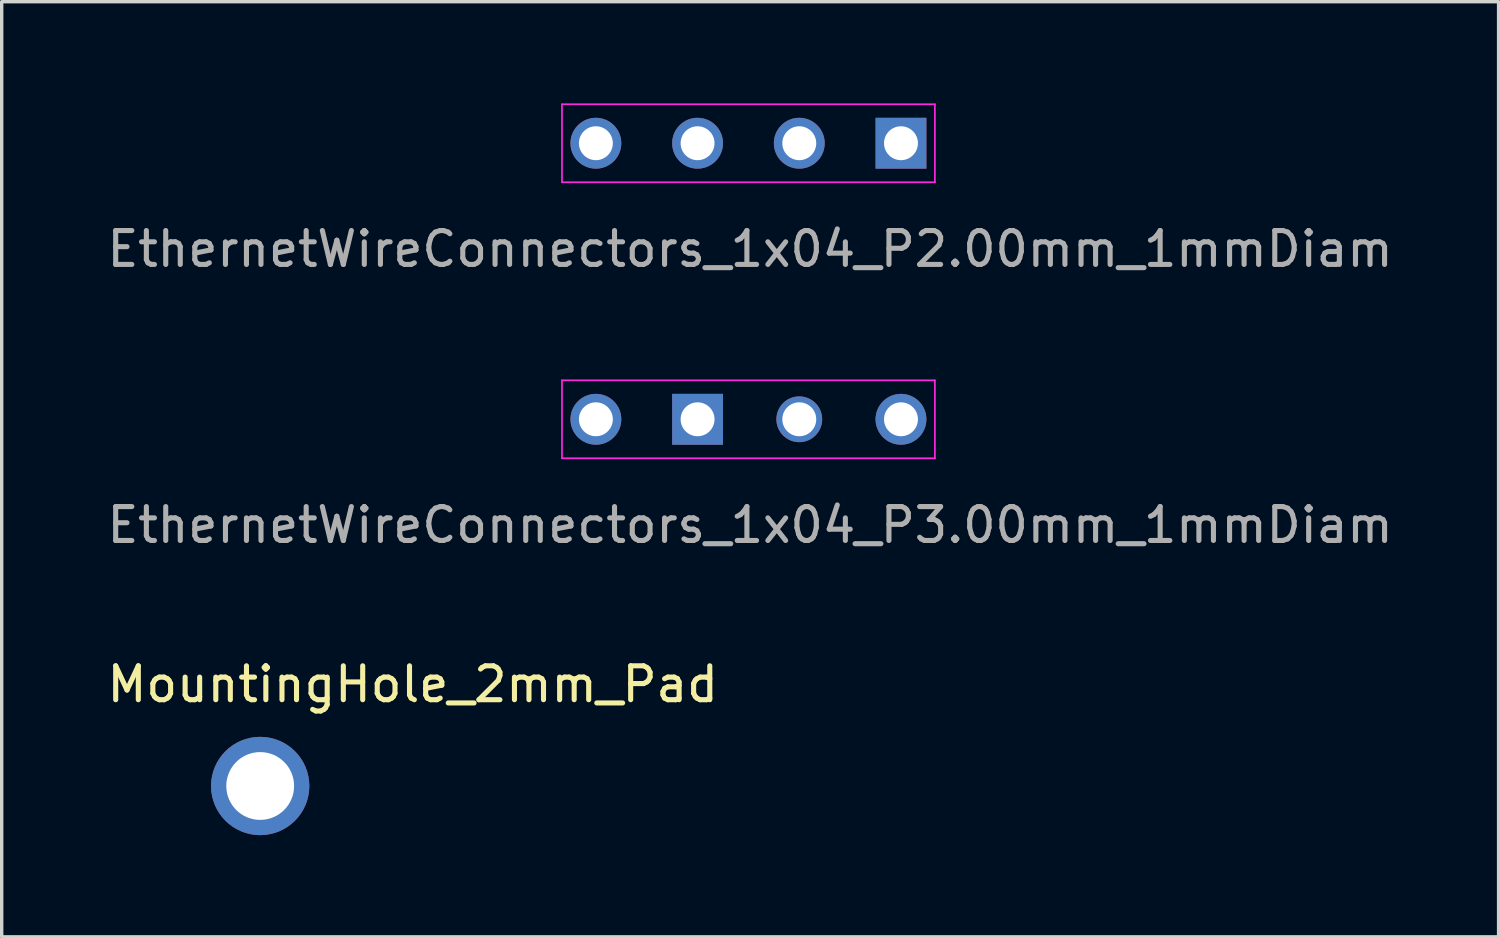
<source format=kicad_pcb>
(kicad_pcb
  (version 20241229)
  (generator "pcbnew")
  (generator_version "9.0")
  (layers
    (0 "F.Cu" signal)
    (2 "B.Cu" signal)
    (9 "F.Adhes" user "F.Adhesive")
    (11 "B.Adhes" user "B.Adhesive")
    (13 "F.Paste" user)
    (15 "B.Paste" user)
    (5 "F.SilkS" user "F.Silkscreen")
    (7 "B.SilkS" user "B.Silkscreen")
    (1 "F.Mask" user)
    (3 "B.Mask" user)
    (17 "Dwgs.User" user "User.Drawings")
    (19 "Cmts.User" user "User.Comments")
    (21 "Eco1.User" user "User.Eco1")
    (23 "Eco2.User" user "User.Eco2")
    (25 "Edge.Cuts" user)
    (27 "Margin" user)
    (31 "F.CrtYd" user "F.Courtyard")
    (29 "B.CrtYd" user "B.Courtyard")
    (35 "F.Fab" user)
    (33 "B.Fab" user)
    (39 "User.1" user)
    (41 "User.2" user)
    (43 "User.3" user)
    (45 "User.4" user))
  (footprint "MountingHole_2mm_Pad"
    (layer "F.Cu")
    (at 4.625 20.135)
    (property "Reference" "MountingHole_2mm_Pad" (at 4.5 -3 0) (layer "F.SilkS") (effects (font (size 1 1) (thickness 0.15))))
    (attr exclude_from_pos_files exclude_from_bom)
    (pad "" np_thru_hole circle (at 0 0) (size 2.9 2.9) (drill 2) (layers "*.Cu" "*.Mask")))
  (footprint "EthernetWireConnectors_1x04_P3.00mm_1mmDiam"
    (layer "F.Cu")
    (at 19.027 9.318)
    (property "Reference" "EthernetWireConnectors_1x04_P3.00mm_1mmDiam" (at 0.05 3.12 0) (layer "F.Fab") (effects (font (size 1 1) (thickness 0.15))))
    (attr through_hole)
    (fp_line (start -5.5 1.15) (end 5.5 1.15) (stroke (width 0.05) (type solid)) (layer "F.CrtYd"))
    (fp_line (start -5.5 -1.15) (end -5.5 1.15) (stroke (width 0.05) (type solid)) (layer "F.CrtYd"))
    (fp_line (start 5.5 1.15) (end 5.5 -1.15) (stroke (width 0.05) (type solid)) (layer "F.CrtYd"))
    (fp_line (start 5.5 -1.15) (end -5.5 -1.15) (stroke (width 0.05) (type solid)) (layer "F.CrtYd"))
    (pad "1" thru_hole circle (at -4.5 0 90) (size 1.5 1.5) (drill 1) (layers "*.Cu" "*.Mask"))
    (pad "2" thru_hole rect (at -1.5 0 90) (size 1.5 1.5) (drill 1) (layers "*.Cu" "*.Mask"))
    (pad "3" thru_hole circle (at 1.5 0 90) (size 1.35 1.35) (drill 1) (layers "*.Cu" "*.Mask"))
    (pad "4" thru_hole oval (at 4.5 0 90) (size 1.5 1.5) (drill 1) (layers "*.Cu" "*.Mask")))
  (footprint "EthernetWireConnectors_1x04_P2.00mm_1mmDiam"
    (layer "F.Cu")
    (at 19.027 1.175)
    (property "Reference" "EthernetWireConnectors_1x04_P2.00mm_1mmDiam" (at 0.05 3.12 0) (layer "F.Fab") (effects (font (size 1 1) (thickness 0.15))))
    (attr through_hole)
    (fp_line (start -5.5 1.15) (end 5.5 1.15) (stroke (width 0.05) (type solid)) (layer "F.CrtYd"))
    (fp_line (start -5.5 -1.15) (end -5.5 1.15) (stroke (width 0.05) (type solid)) (layer "F.CrtYd"))
    (fp_line (start 5.5 1.15) (end 5.5 -1.15) (stroke (width 0.05) (type solid)) (layer "F.CrtYd"))
    (fp_line (start 5.5 -1.15) (end -5.5 -1.15) (stroke (width 0.05) (type solid)) (layer "F.CrtYd"))
    (pad "1" thru_hole circle (at -4.5 0 90) (size 1.5 1.5) (drill 1) (layers "*.Cu" "*.Mask"))
    (pad "2" thru_hole circle (at -1.5 0 90) (size 1.5 1.5) (drill 1) (layers "*.Cu" "*.Mask"))
    (pad "3" thru_hole circle (at 1.5 0 90) (size 1.5 1.5) (drill 1) (layers "*.Cu" "*.Mask"))
    (pad "4" thru_hole rect (at 4.5 0 90) (size 1.5 1.5) (drill 1) (layers "*.Cu" "*.Mask")))
  (gr_rect
    (start -3 -3)
    (end 41.155 24.585)
    (stroke (width 0.1) (type default))
    (fill no)
    (layer "Edge.Cuts")))
</source>
